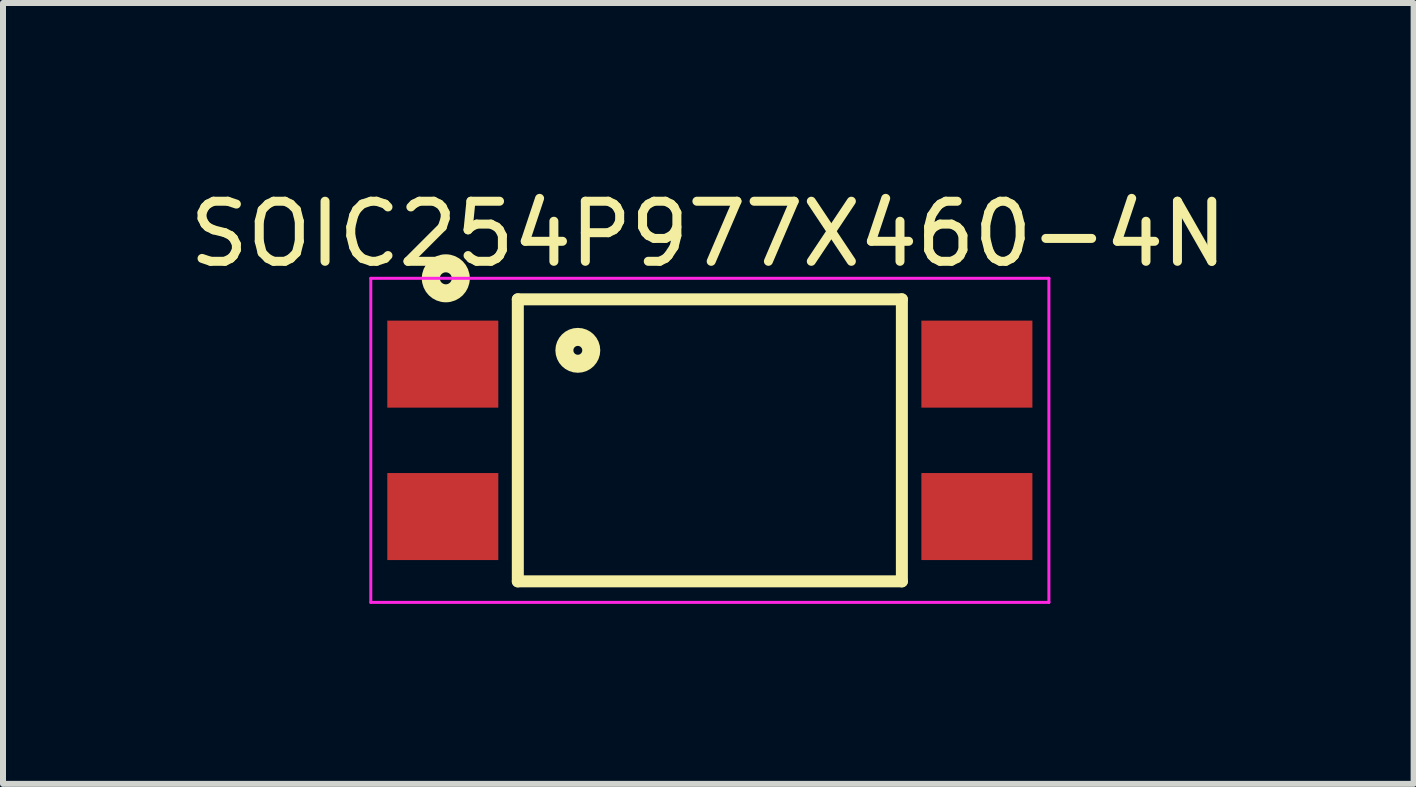
<source format=kicad_pcb>
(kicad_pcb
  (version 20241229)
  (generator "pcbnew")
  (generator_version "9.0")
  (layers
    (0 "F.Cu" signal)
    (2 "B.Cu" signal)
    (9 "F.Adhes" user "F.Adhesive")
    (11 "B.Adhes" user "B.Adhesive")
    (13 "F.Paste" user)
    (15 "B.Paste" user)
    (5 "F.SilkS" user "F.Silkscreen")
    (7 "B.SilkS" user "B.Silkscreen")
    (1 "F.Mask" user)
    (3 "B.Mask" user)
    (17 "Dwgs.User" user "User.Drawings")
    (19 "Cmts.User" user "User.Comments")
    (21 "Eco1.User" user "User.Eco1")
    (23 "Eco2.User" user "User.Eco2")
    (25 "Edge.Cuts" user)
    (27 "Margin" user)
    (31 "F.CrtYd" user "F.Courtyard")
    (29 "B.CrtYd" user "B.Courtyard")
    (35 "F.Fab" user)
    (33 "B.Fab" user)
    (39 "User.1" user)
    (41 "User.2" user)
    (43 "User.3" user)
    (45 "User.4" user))
  (footprint "SOIC254P977X460-4N"
    (layer "F.Cu")
    (at 8.779 4.288)
    (property "Reference" "SOIC254P977X460-4N" (at -0.025 -3.439 0) (layer "F.SilkS") (effects (font (size 1.001 1.001) (thickness 0.15))))
    (attr through_hole)
    (fp_line (start -3.2 -2.35) (end 3.2 -2.35) (stroke (width 0.2) (type solid)) (layer "F.SilkS"))
    (fp_line (start -3.2 2.35) (end -3.2 -2.35) (stroke (width 0.2) (type solid)) (layer "F.SilkS"))
    (fp_line (start 3.2 -2.35) (end 3.2 2.35) (stroke (width 0.2) (type solid)) (layer "F.SilkS"))
    (fp_line (start 3.2 2.35) (end -3.2 2.35) (stroke (width 0.2) (type solid)) (layer "F.SilkS"))
    (fp_circle (center -4.4 -2.7) (end -4.3 -2.7) (stroke (width 0.3) (type solid)) (fill no) (layer "F.SilkS"))
    (fp_circle (center -2.2 -1.5) (end -1.976 -1.5) (stroke (width 0.3) (type solid)) (fill no) (layer "F.SilkS"))
    (fp_line (start -5.65 -2.7) (end 5.65 -2.7) (stroke (width 0.05) (type solid)) (layer "F.CrtYd"))
    (fp_line (start -5.65 2.7) (end -5.65 -2.7) (stroke (width 0.05) (type solid)) (layer "F.CrtYd"))
    (fp_line (start 5.65 -2.7) (end 5.65 2.7) (stroke (width 0.05) (type solid)) (layer "F.CrtYd"))
    (fp_line (start 5.65 2.7) (end -5.65 2.7) (stroke (width 0.05) (type solid)) (layer "F.CrtYd"))
    (pad "1" smd rect (at -4.45 -1.27) (size 1.85 1.45) (layers "F.Cu" "F.Mask" "F.Paste"))
    (pad "2" smd rect (at -4.45 1.27) (size 1.85 1.45) (layers "F.Cu" "F.Mask" "F.Paste"))
    (pad "3" smd rect (at 4.45 1.27) (size 1.85 1.45) (layers "F.Cu" "F.Mask" "F.Paste"))
    (pad "4" smd rect (at 4.45 -1.27) (size 1.85 1.45) (layers "F.Cu" "F.Mask" "F.Paste")))
  (gr_rect
    (start -3 -3)
    (end 20.507 10.013)
    (stroke (width 0.1) (type default))
    (fill no)
    (layer "Edge.Cuts")))
</source>
